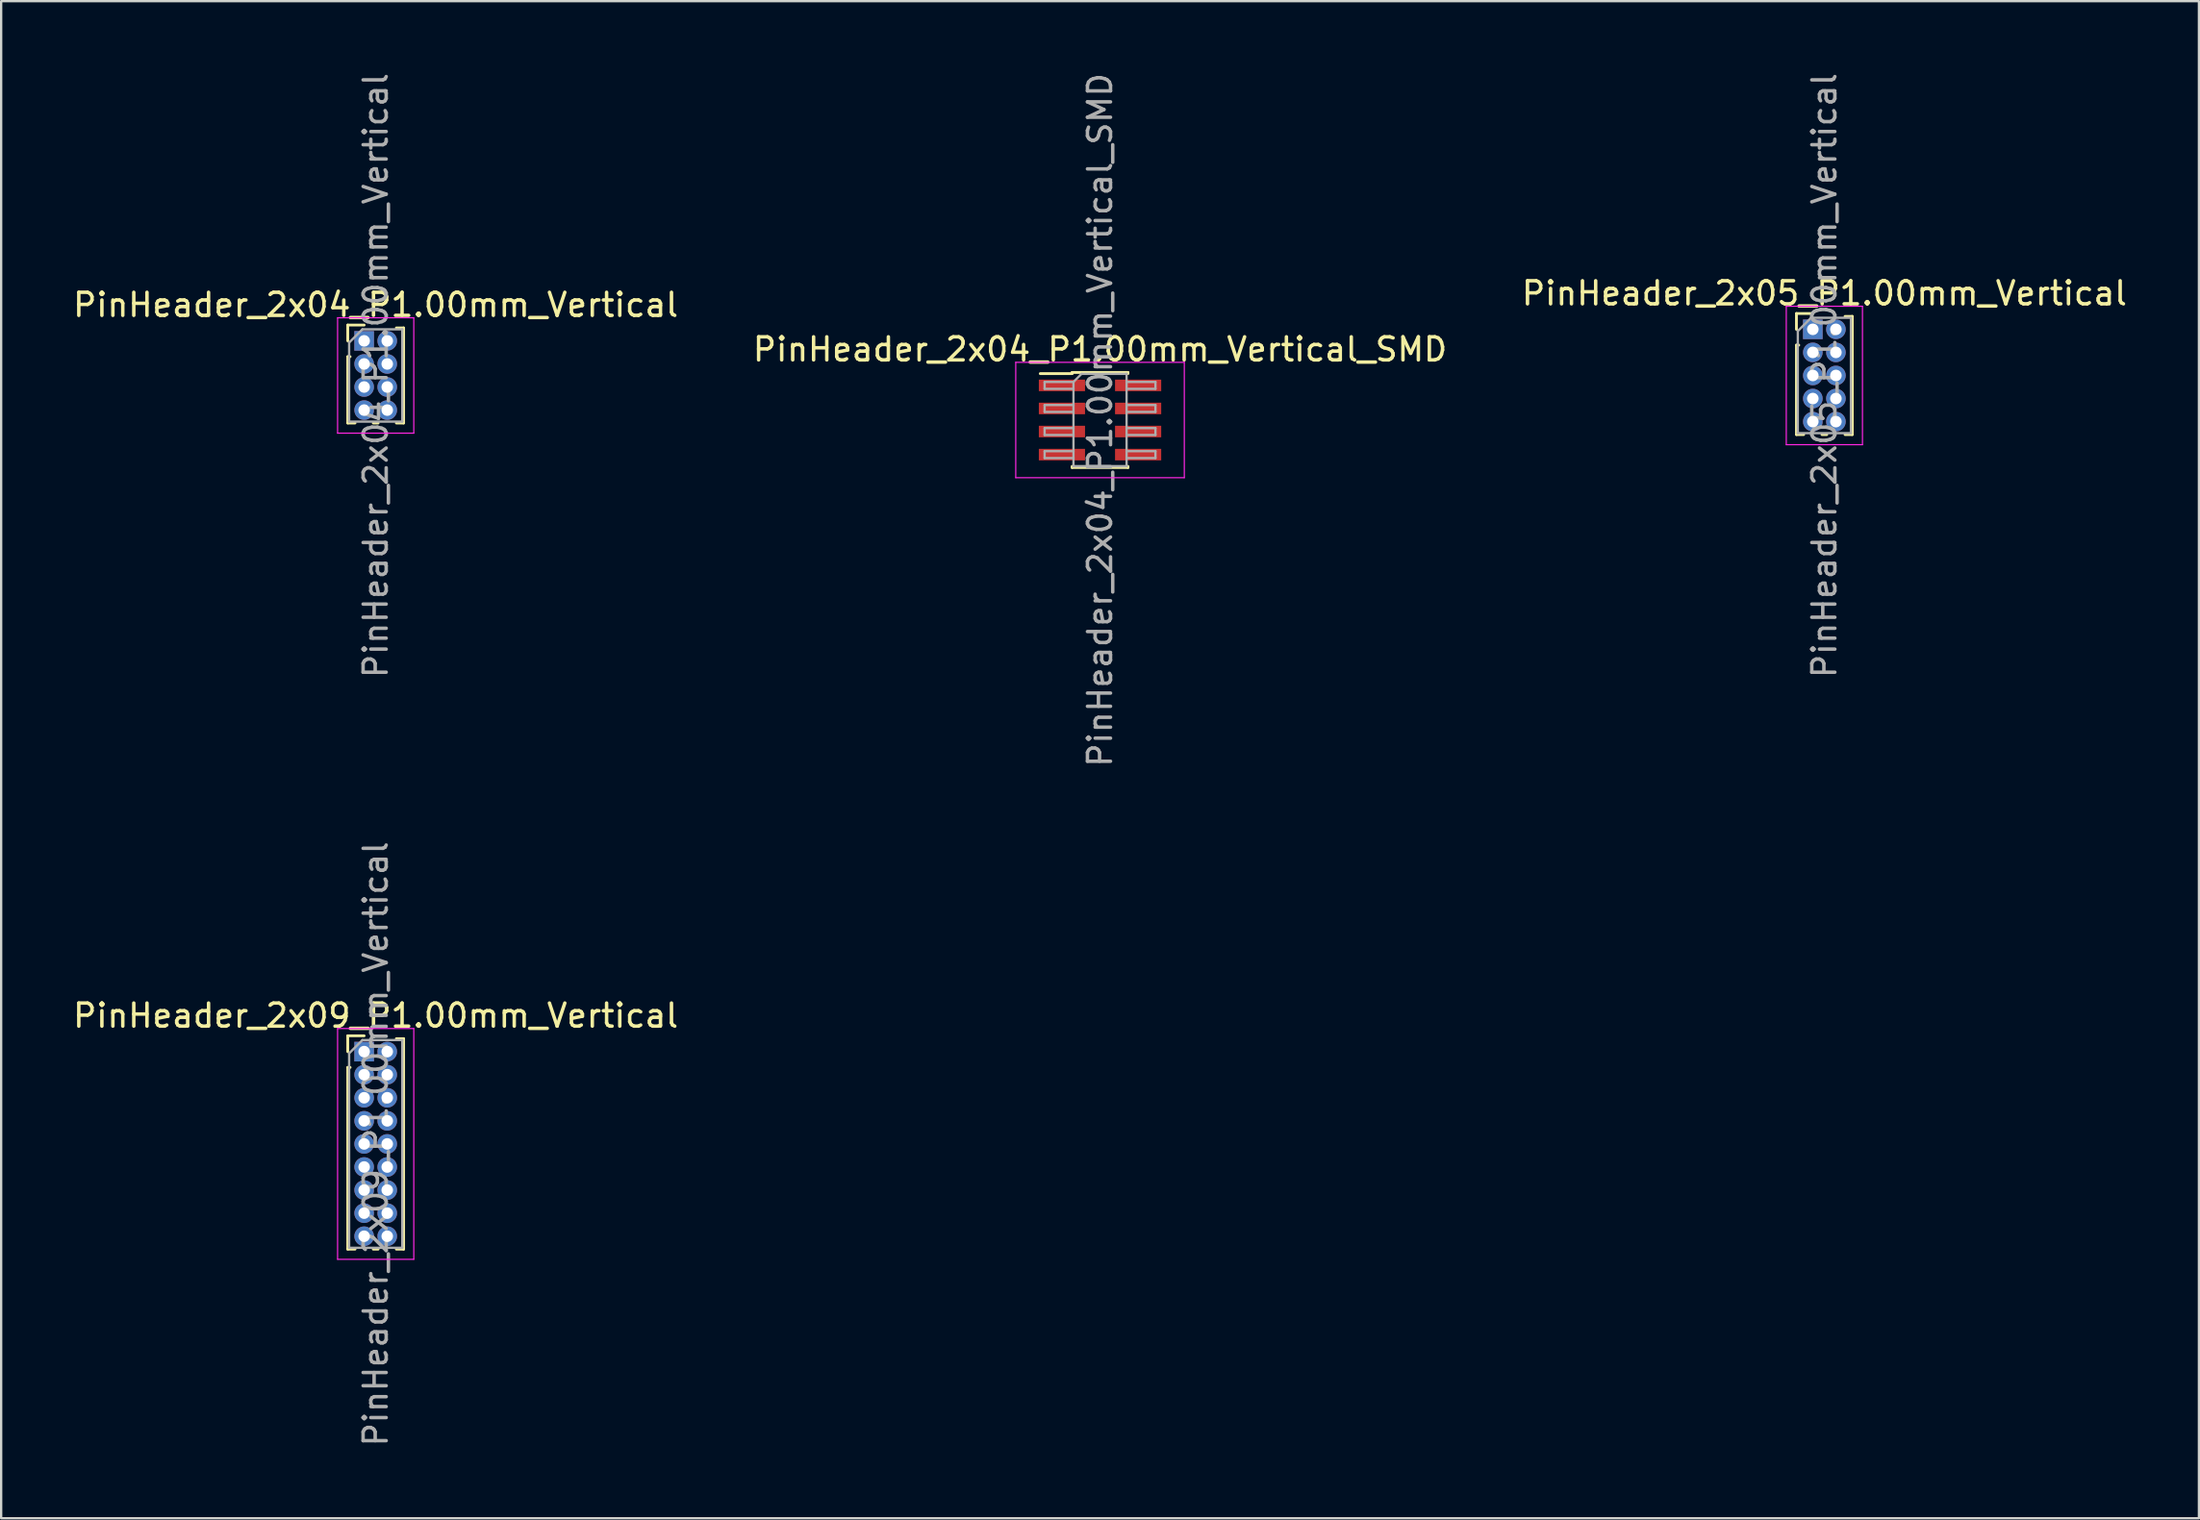
<source format=kicad_pcb>
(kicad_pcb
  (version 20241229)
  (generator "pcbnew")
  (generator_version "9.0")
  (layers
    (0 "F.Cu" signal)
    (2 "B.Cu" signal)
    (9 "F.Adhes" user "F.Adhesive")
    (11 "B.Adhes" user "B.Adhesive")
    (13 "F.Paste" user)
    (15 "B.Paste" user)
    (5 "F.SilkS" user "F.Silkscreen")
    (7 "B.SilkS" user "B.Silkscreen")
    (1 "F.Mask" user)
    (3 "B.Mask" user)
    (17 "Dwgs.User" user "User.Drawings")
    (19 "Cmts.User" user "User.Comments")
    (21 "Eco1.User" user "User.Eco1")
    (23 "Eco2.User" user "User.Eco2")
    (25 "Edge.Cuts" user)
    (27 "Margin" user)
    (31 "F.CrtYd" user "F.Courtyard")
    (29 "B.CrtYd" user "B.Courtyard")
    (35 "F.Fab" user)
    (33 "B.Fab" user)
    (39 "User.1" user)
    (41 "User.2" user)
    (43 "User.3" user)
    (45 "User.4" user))
  (footprint "PinHeader_2x05_P1.00mm_Vertical"
    (layer "F.Cu")
    (at 75.458 11.22)
    (property "Reference" "PinHeader_2x05_P1.00mm_Vertical" (at 0.5 -1.56 0) (layer "F.SilkS") (effects (font (size 1 1) (thickness 0.15))))
    (attr through_hole)
    (fp_line (start -0.71 -0.685) (end 0 -0.685) (stroke (width 0.12) (type solid)) (layer "F.SilkS"))
    (fp_line (start -0.71 0) (end -0.71 -0.685) (stroke (width 0.12) (type solid)) (layer "F.SilkS"))
    (fp_line (start -0.71 0.685) (end -0.71 4.56) (stroke (width 0.12) (type solid)) (layer "F.SilkS"))
    (fp_line (start -0.71 0.685) (end -0.608 0.685) (stroke (width 0.12) (type solid)) (layer "F.SilkS"))
    (fp_line (start -0.71 4.56) (end -0.394 4.56) (stroke (width 0.12) (type solid)) (layer "F.SilkS"))
    (fp_line (start 0.394 4.56) (end 0.606 4.56) (stroke (width 0.12) (type solid)) (layer "F.SilkS"))
    (fp_line (start 1.394 -0.56) (end 1.71 -0.56) (stroke (width 0.12) (type solid)) (layer "F.SilkS"))
    (fp_line (start 1.394 4.56) (end 1.71 4.56) (stroke (width 0.12) (type solid)) (layer "F.SilkS"))
    (fp_line (start 1.71 -0.56) (end 1.71 4.56) (stroke (width 0.12) (type solid)) (layer "F.SilkS"))
    (fp_line (start -1.15 -1) (end -1.15 5) (stroke (width 0.05) (type solid)) (layer "F.CrtYd"))
    (fp_line (start -1.15 5) (end 2.15 5) (stroke (width 0.05) (type solid)) (layer "F.CrtYd"))
    (fp_line (start 2.15 -1) (end -1.15 -1) (stroke (width 0.05) (type solid)) (layer "F.CrtYd"))
    (fp_line (start 2.15 5) (end 2.15 -1) (stroke (width 0.05) (type solid)) (layer "F.CrtYd"))
    (fp_line (start -0.65 0.075) (end -0.075 -0.5) (stroke (width 0.1) (type solid)) (layer "F.Fab"))
    (fp_line (start -0.65 4.5) (end -0.65 0.075) (stroke (width 0.1) (type solid)) (layer "F.Fab"))
    (fp_line (start -0.075 -0.5) (end 1.65 -0.5) (stroke (width 0.1) (type solid)) (layer "F.Fab"))
    (fp_line (start 1.65 -0.5) (end 1.65 4.5) (stroke (width 0.1) (type solid)) (layer "F.Fab"))
    (fp_line (start 1.65 4.5) (end -0.65 4.5) (stroke (width 0.1) (type solid)) (layer "F.Fab"))
    (fp_text user "${REFERENCE}" (at 0.5 2 90) (layer "F.Fab") (effects (font (size 1 1) (thickness 0.15))))
    (pad "1" thru_hole rect (at 0 0) (size 0.85 0.85) (drill 0.5) (layers "*.Cu" "*.Mask"))
    (pad "2" thru_hole oval (at 1 0) (size 0.85 0.85) (drill 0.5) (layers "*.Cu" "*.Mask"))
    (pad "3" thru_hole oval (at 0 1) (size 0.85 0.85) (drill 0.5) (layers "*.Cu" "*.Mask"))
    (pad "4" thru_hole oval (at 1 1) (size 0.85 0.85) (drill 0.5) (layers "*.Cu" "*.Mask"))
    (pad "5" thru_hole oval (at 0 2) (size 0.85 0.85) (drill 0.5) (layers "*.Cu" "*.Mask"))
    (pad "6" thru_hole oval (at 1 2) (size 0.85 0.85) (drill 0.5) (layers "*.Cu" "*.Mask"))
    (pad "7" thru_hole oval (at 0 3) (size 0.85 0.85) (drill 0.5) (layers "*.Cu" "*.Mask"))
    (pad "8" thru_hole oval (at 1 3) (size 0.85 0.85) (drill 0.5) (layers "*.Cu" "*.Mask"))
    (pad "9" thru_hole oval (at 0 4) (size 0.85 0.85) (drill 0.5) (layers "*.Cu" "*.Mask"))
    (pad "10" thru_hole oval (at 1 4) (size 0.85 0.85) (drill 0.5) (layers "*.Cu" "*.Mask")))
  (footprint "PinHeader_2x09_P1.00mm_Vertical"
    (layer "F.Cu")
    (at 12.72 42.518)
    (property "Reference" "PinHeader_2x09_P1.00mm_Vertical" (at 0.5 -1.56 0) (layer "F.SilkS") (effects (font (size 1 1) (thickness 0.15))))
    (attr through_hole)
    (fp_line (start -0.71 -0.685) (end 0 -0.685) (stroke (width 0.12) (type solid)) (layer "F.SilkS"))
    (fp_line (start -0.71 0) (end -0.71 -0.685) (stroke (width 0.12) (type solid)) (layer "F.SilkS"))
    (fp_line (start -0.71 0.685) (end -0.71 8.56) (stroke (width 0.12) (type solid)) (layer "F.SilkS"))
    (fp_line (start -0.71 0.685) (end -0.608 0.685) (stroke (width 0.12) (type solid)) (layer "F.SilkS"))
    (fp_line (start -0.71 8.56) (end -0.394 8.56) (stroke (width 0.12) (type solid)) (layer "F.SilkS"))
    (fp_line (start 0.394 8.56) (end 0.606 8.56) (stroke (width 0.12) (type solid)) (layer "F.SilkS"))
    (fp_line (start 1.394 -0.56) (end 1.71 -0.56) (stroke (width 0.12) (type solid)) (layer "F.SilkS"))
    (fp_line (start 1.394 8.56) (end 1.71 8.56) (stroke (width 0.12) (type solid)) (layer "F.SilkS"))
    (fp_line (start 1.71 -0.56) (end 1.71 8.56) (stroke (width 0.12) (type solid)) (layer "F.SilkS"))
    (fp_line (start -1.15 -1) (end -1.15 9) (stroke (width 0.05) (type solid)) (layer "F.CrtYd"))
    (fp_line (start -1.15 9) (end 2.15 9) (stroke (width 0.05) (type solid)) (layer "F.CrtYd"))
    (fp_line (start 2.15 -1) (end -1.15 -1) (stroke (width 0.05) (type solid)) (layer "F.CrtYd"))
    (fp_line (start 2.15 9) (end 2.15 -1) (stroke (width 0.05) (type solid)) (layer "F.CrtYd"))
    (fp_line (start -0.65 0.075) (end -0.075 -0.5) (stroke (width 0.1) (type solid)) (layer "F.Fab"))
    (fp_line (start -0.65 8.5) (end -0.65 0.075) (stroke (width 0.1) (type solid)) (layer "F.Fab"))
    (fp_line (start -0.075 -0.5) (end 1.65 -0.5) (stroke (width 0.1) (type solid)) (layer "F.Fab"))
    (fp_line (start 1.65 -0.5) (end 1.65 8.5) (stroke (width 0.1) (type solid)) (layer "F.Fab"))
    (fp_line (start 1.65 8.5) (end -0.65 8.5) (stroke (width 0.1) (type solid)) (layer "F.Fab"))
    (fp_text user "${REFERENCE}" (at 0.5 4 90) (layer "F.Fab") (effects (font (size 1 1) (thickness 0.15))))
    (pad "1" thru_hole rect (at 0 0) (size 0.85 0.85) (drill 0.5) (layers "*.Cu" "*.Mask"))
    (pad "2" thru_hole oval (at 1 0) (size 0.85 0.85) (drill 0.5) (layers "*.Cu" "*.Mask"))
    (pad "3" thru_hole oval (at 0 1) (size 0.85 0.85) (drill 0.5) (layers "*.Cu" "*.Mask"))
    (pad "4" thru_hole oval (at 1 1) (size 0.85 0.85) (drill 0.5) (layers "*.Cu" "*.Mask"))
    (pad "5" thru_hole oval (at 0 2) (size 0.85 0.85) (drill 0.5) (layers "*.Cu" "*.Mask"))
    (pad "6" thru_hole oval (at 1 2) (size 0.85 0.85) (drill 0.5) (layers "*.Cu" "*.Mask"))
    (pad "7" thru_hole oval (at 0 3) (size 0.85 0.85) (drill 0.5) (layers "*.Cu" "*.Mask"))
    (pad "8" thru_hole oval (at 1 3) (size 0.85 0.85) (drill 0.5) (layers "*.Cu" "*.Mask"))
    (pad "9" thru_hole oval (at 0 4) (size 0.85 0.85) (drill 0.5) (layers "*.Cu" "*.Mask"))
    (pad "10" thru_hole oval (at 1 4) (size 0.85 0.85) (drill 0.5) (layers "*.Cu" "*.Mask"))
    (pad "11" thru_hole oval (at 0 5) (size 0.85 0.85) (drill 0.5) (layers "*.Cu" "*.Mask"))
    (pad "12" thru_hole oval (at 1 5) (size 0.85 0.85) (drill 0.5) (layers "*.Cu" "*.Mask"))
    (pad "13" thru_hole oval (at 0 6) (size 0.85 0.85) (drill 0.5) (layers "*.Cu" "*.Mask"))
    (pad "14" thru_hole oval (at 1 6) (size 0.85 0.85) (drill 0.5) (layers "*.Cu" "*.Mask"))
    (pad "15" thru_hole oval (at 0 7) (size 0.85 0.85) (drill 0.5) (layers "*.Cu" "*.Mask"))
    (pad "16" thru_hole oval (at 1 7) (size 0.85 0.85) (drill 0.5) (layers "*.Cu" "*.Mask"))
    (pad "17" thru_hole oval (at 0 8) (size 0.85 0.85) (drill 0.5) (layers "*.Cu" "*.Mask"))
    (pad "18" thru_hole oval (at 1 8) (size 0.85 0.85) (drill 0.5) (layers "*.Cu" "*.Mask")))
  (footprint "PinHeader_2x04_P1.00mm_Vertical_SMD"
    (layer "F.Cu")
    (at 44.589 15.149)
    (property "Reference" "PinHeader_2x04_P1.00mm_Vertical_SMD" (at 0 -3.06 0) (layer "F.SilkS") (effects (font (size 1 1) (thickness 0.15))))
    (attr smd)
    (fp_line (start -2.59 -2.01) (end -1.21 -2.01) (stroke (width 0.12) (type solid)) (layer "F.SilkS"))
    (fp_line (start -1.21 -2.06) (end -1.21 -2.01) (stroke (width 0.12) (type solid)) (layer "F.SilkS"))
    (fp_line (start -1.21 -2.06) (end 1.21 -2.06) (stroke (width 0.12) (type solid)) (layer "F.SilkS"))
    (fp_line (start -1.21 2.01) (end -1.21 2.06) (stroke (width 0.12) (type solid)) (layer "F.SilkS"))
    (fp_line (start -1.21 2.06) (end 1.21 2.06) (stroke (width 0.12) (type solid)) (layer "F.SilkS"))
    (fp_line (start 1.21 -2.06) (end 1.21 -2.01) (stroke (width 0.12) (type solid)) (layer "F.SilkS"))
    (fp_line (start 1.21 2.01) (end 1.21 2.06) (stroke (width 0.12) (type solid)) (layer "F.SilkS"))
    (fp_line (start -3.65 -2.5) (end -3.65 2.5) (stroke (width 0.05) (type solid)) (layer "F.CrtYd"))
    (fp_line (start -3.65 2.5) (end 3.65 2.5) (stroke (width 0.05) (type solid)) (layer "F.CrtYd"))
    (fp_line (start 3.65 -2.5) (end -3.65 -2.5) (stroke (width 0.05) (type solid)) (layer "F.CrtYd"))
    (fp_line (start 3.65 2.5) (end 3.65 -2.5) (stroke (width 0.05) (type solid)) (layer "F.CrtYd"))
    (fp_line (start -2.4 -1.65) (end -2.4 -1.35) (stroke (width 0.1) (type solid)) (layer "F.Fab"))
    (fp_line (start -2.4 -1.35) (end -1.15 -1.35) (stroke (width 0.1) (type solid)) (layer "F.Fab"))
    (fp_line (start -2.4 -0.65) (end -2.4 -0.35) (stroke (width 0.1) (type solid)) (layer "F.Fab"))
    (fp_line (start -2.4 -0.35) (end -1.15 -0.35) (stroke (width 0.1) (type solid)) (layer "F.Fab"))
    (fp_line (start -2.4 0.35) (end -2.4 0.65) (stroke (width 0.1) (type solid)) (layer "F.Fab"))
    (fp_line (start -2.4 0.65) (end -1.15 0.65) (stroke (width 0.1) (type solid)) (layer "F.Fab"))
    (fp_line (start -2.4 1.35) (end -2.4 1.65) (stroke (width 0.1) (type solid)) (layer "F.Fab"))
    (fp_line (start -2.4 1.65) (end -1.15 1.65) (stroke (width 0.1) (type solid)) (layer "F.Fab"))
    (fp_line (start -1.15 -1.65) (end -2.4 -1.65) (stroke (width 0.1) (type solid)) (layer "F.Fab"))
    (fp_line (start -1.15 -1.65) (end -0.8 -2) (stroke (width 0.1) (type solid)) (layer "F.Fab"))
    (fp_line (start -1.15 -0.65) (end -2.4 -0.65) (stroke (width 0.1) (type solid)) (layer "F.Fab"))
    (fp_line (start -1.15 0.35) (end -2.4 0.35) (stroke (width 0.1) (type solid)) (layer "F.Fab"))
    (fp_line (start -1.15 1.35) (end -2.4 1.35) (stroke (width 0.1) (type solid)) (layer "F.Fab"))
    (fp_line (start -1.15 2) (end -1.15 -1.65) (stroke (width 0.1) (type solid)) (layer "F.Fab"))
    (fp_line (start -0.8 -2) (end 1.15 -2) (stroke (width 0.1) (type solid)) (layer "F.Fab"))
    (fp_line (start 1.15 -2) (end 1.15 2) (stroke (width 0.1) (type solid)) (layer "F.Fab"))
    (fp_line (start 1.15 -1.65) (end 2.4 -1.65) (stroke (width 0.1) (type solid)) (layer "F.Fab"))
    (fp_line (start 1.15 -0.65) (end 2.4 -0.65) (stroke (width 0.1) (type solid)) (layer "F.Fab"))
    (fp_line (start 1.15 0.35) (end 2.4 0.35) (stroke (width 0.1) (type solid)) (layer "F.Fab"))
    (fp_line (start 1.15 1.35) (end 2.4 1.35) (stroke (width 0.1) (type solid)) (layer "F.Fab"))
    (fp_line (start 1.15 2) (end -1.15 2) (stroke (width 0.1) (type solid)) (layer "F.Fab"))
    (fp_line (start 2.4 -1.65) (end 2.4 -1.35) (stroke (width 0.1) (type solid)) (layer "F.Fab"))
    (fp_line (start 2.4 -1.35) (end 1.15 -1.35) (stroke (width 0.1) (type solid)) (layer "F.Fab"))
    (fp_line (start 2.4 -0.65) (end 2.4 -0.35) (stroke (width 0.1) (type solid)) (layer "F.Fab"))
    (fp_line (start 2.4 -0.35) (end 1.15 -0.35) (stroke (width 0.1) (type solid)) (layer "F.Fab"))
    (fp_line (start 2.4 0.35) (end 2.4 0.65) (stroke (width 0.1) (type solid)) (layer "F.Fab"))
    (fp_line (start 2.4 0.65) (end 1.15 0.65) (stroke (width 0.1) (type solid)) (layer "F.Fab"))
    (fp_line (start 2.4 1.35) (end 2.4 1.65) (stroke (width 0.1) (type solid)) (layer "F.Fab"))
    (fp_line (start 2.4 1.65) (end 1.15 1.65) (stroke (width 0.1) (type solid)) (layer "F.Fab"))
    (fp_text user "${REFERENCE}" (at 0 0 90) (layer "F.Fab") (effects (font (size 1 1) (thickness 0.15))))
    (pad "1" smd rect (at -1.65 -1.5) (size 2 0.5) (layers "F.Cu" "F.Mask" "F.Paste"))
    (pad "2" smd rect (at 1.65 -1.5) (size 2 0.5) (layers "F.Cu" "F.Mask" "F.Paste"))
    (pad "3" smd rect (at -1.65 -0.5) (size 2 0.5) (layers "F.Cu" "F.Mask" "F.Paste"))
    (pad "4" smd rect (at 1.65 -0.5) (size 2 0.5) (layers "F.Cu" "F.Mask" "F.Paste"))
    (pad "5" smd rect (at -1.65 0.5) (size 2 0.5) (layers "F.Cu" "F.Mask" "F.Paste"))
    (pad "6" smd rect (at 1.65 0.5) (size 2 0.5) (layers "F.Cu" "F.Mask" "F.Paste"))
    (pad "7" smd rect (at -1.65 1.5) (size 2 0.5) (layers "F.Cu" "F.Mask" "F.Paste"))
    (pad "8" smd rect (at 1.65 1.5) (size 2 0.5) (layers "F.Cu" "F.Mask" "F.Paste")))
  (footprint "PinHeader_2x04_P1.00mm_Vertical"
    (layer "F.Cu")
    (at 12.72 11.72)
    (property "Reference" "PinHeader_2x04_P1.00mm_Vertical" (at 0.5 -1.56 0) (layer "F.SilkS") (effects (font (size 1 1) (thickness 0.15))))
    (attr through_hole)
    (fp_line (start -0.71 -0.685) (end 0 -0.685) (stroke (width 0.12) (type solid)) (layer "F.SilkS"))
    (fp_line (start -0.71 0) (end -0.71 -0.685) (stroke (width 0.12) (type solid)) (layer "F.SilkS"))
    (fp_line (start -0.71 0.685) (end -0.71 3.56) (stroke (width 0.12) (type solid)) (layer "F.SilkS"))
    (fp_line (start -0.71 0.685) (end -0.608 0.685) (stroke (width 0.12) (type solid)) (layer "F.SilkS"))
    (fp_line (start -0.71 3.56) (end -0.394 3.56) (stroke (width 0.12) (type solid)) (layer "F.SilkS"))
    (fp_line (start 0.394 3.56) (end 0.606 3.56) (stroke (width 0.12) (type solid)) (layer "F.SilkS"))
    (fp_line (start 1.394 -0.56) (end 1.71 -0.56) (stroke (width 0.12) (type solid)) (layer "F.SilkS"))
    (fp_line (start 1.394 3.56) (end 1.71 3.56) (stroke (width 0.12) (type solid)) (layer "F.SilkS"))
    (fp_line (start 1.71 -0.56) (end 1.71 3.56) (stroke (width 0.12) (type solid)) (layer "F.SilkS"))
    (fp_line (start -1.15 -1) (end -1.15 4) (stroke (width 0.05) (type solid)) (layer "F.CrtYd"))
    (fp_line (start -1.15 4) (end 2.15 4) (stroke (width 0.05) (type solid)) (layer "F.CrtYd"))
    (fp_line (start 2.15 -1) (end -1.15 -1) (stroke (width 0.05) (type solid)) (layer "F.CrtYd"))
    (fp_line (start 2.15 4) (end 2.15 -1) (stroke (width 0.05) (type solid)) (layer "F.CrtYd"))
    (fp_line (start -0.65 0.075) (end -0.075 -0.5) (stroke (width 0.1) (type solid)) (layer "F.Fab"))
    (fp_line (start -0.65 3.5) (end -0.65 0.075) (stroke (width 0.1) (type solid)) (layer "F.Fab"))
    (fp_line (start -0.075 -0.5) (end 1.65 -0.5) (stroke (width 0.1) (type solid)) (layer "F.Fab"))
    (fp_line (start 1.65 -0.5) (end 1.65 3.5) (stroke (width 0.1) (type solid)) (layer "F.Fab"))
    (fp_line (start 1.65 3.5) (end -0.65 3.5) (stroke (width 0.1) (type solid)) (layer "F.Fab"))
    (fp_text user "${REFERENCE}" (at 0.5 1.5 90) (layer "F.Fab") (effects (font (size 1 1) (thickness 0.15))))
    (pad "1" thru_hole rect (at 0 0) (size 0.85 0.85) (drill 0.5) (layers "*.Cu" "*.Mask"))
    (pad "2" thru_hole oval (at 1 0) (size 0.85 0.85) (drill 0.5) (layers "*.Cu" "*.Mask"))
    (pad "3" thru_hole oval (at 0 1) (size 0.85 0.85) (drill 0.5) (layers "*.Cu" "*.Mask"))
    (pad "4" thru_hole oval (at 1 1) (size 0.85 0.85) (drill 0.5) (layers "*.Cu" "*.Mask"))
    (pad "5" thru_hole oval (at 0 2) (size 0.85 0.85) (drill 0.5) (layers "*.Cu" "*.Mask"))
    (pad "6" thru_hole oval (at 1 2) (size 0.85 0.85) (drill 0.5) (layers "*.Cu" "*.Mask"))
    (pad "7" thru_hole oval (at 0 3) (size 0.85 0.85) (drill 0.5) (layers "*.Cu" "*.Mask"))
    (pad "8" thru_hole oval (at 1 3) (size 0.85 0.85) (drill 0.5) (layers "*.Cu" "*.Mask")))
  (gr_rect
    (start -3 -3)
    (end 92.179 62.738)
    (stroke (width 0.1) (type default))
    (fill no)
    (layer "Edge.Cuts")))
</source>
